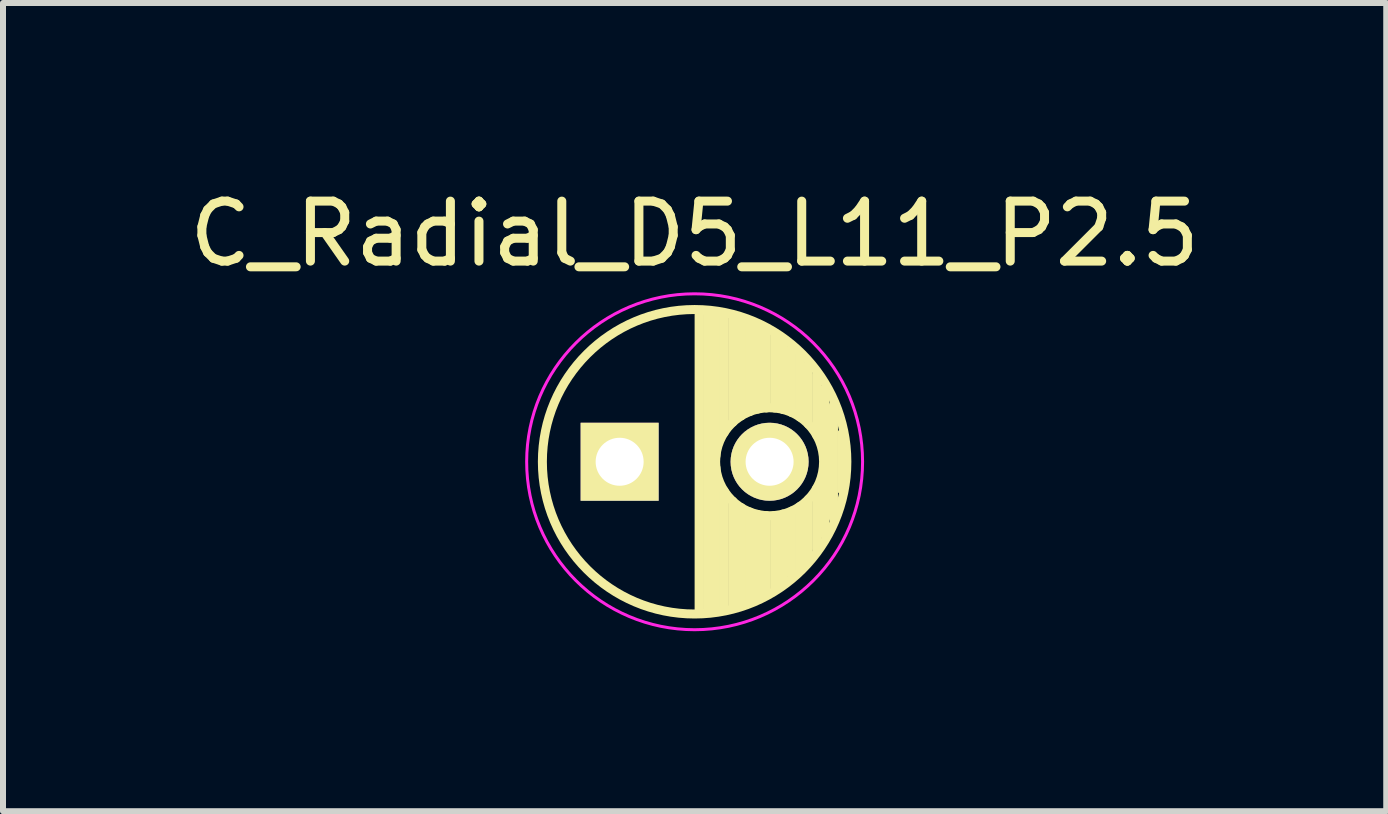
<source format=kicad_pcb>
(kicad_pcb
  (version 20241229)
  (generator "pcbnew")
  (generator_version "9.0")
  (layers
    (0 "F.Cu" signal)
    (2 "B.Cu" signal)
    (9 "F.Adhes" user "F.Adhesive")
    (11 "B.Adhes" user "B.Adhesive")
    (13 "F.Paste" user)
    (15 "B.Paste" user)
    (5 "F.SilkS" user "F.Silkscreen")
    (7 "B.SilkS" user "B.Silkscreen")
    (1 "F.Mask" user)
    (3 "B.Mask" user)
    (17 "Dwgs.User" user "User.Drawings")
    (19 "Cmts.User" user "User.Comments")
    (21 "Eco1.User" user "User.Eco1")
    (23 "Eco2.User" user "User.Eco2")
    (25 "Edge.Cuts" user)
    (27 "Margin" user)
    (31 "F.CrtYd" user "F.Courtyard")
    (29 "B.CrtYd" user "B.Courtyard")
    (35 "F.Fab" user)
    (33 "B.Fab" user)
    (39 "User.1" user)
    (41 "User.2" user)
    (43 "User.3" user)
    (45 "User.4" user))
  (footprint "C_Radial_D5_L11_P2.5"
    (layer "F.Cu")
    (at 7.28 4.648)
    (property "Reference" "C_Radial_D5_L11_P2.5" (at 1.25 -3.8 0) (layer "F.SilkS") (effects (font (size 1 1) (thickness 0.15))))
    (attr through_hole)
    (fp_line (start 1.325 -2.499) (end 1.325 2.499) (stroke (width 0.15) (type solid)) (layer "F.SilkS"))
    (fp_line (start 1.465 -2.491) (end 1.465 2.491) (stroke (width 0.15) (type solid)) (layer "F.SilkS"))
    (fp_line (start 1.605 -2.475) (end 1.605 -0.095) (stroke (width 0.15) (type solid)) (layer "F.SilkS"))
    (fp_line (start 1.605 0.095) (end 1.605 2.475) (stroke (width 0.15) (type solid)) (layer "F.SilkS"))
    (fp_line (start 1.745 -2.451) (end 1.745 -0.49) (stroke (width 0.15) (type solid)) (layer "F.SilkS"))
    (fp_line (start 1.745 0.49) (end 1.745 2.451) (stroke (width 0.15) (type solid)) (layer "F.SilkS"))
    (fp_line (start 1.885 -2.418) (end 1.885 -0.657) (stroke (width 0.15) (type solid)) (layer "F.SilkS"))
    (fp_line (start 1.885 0.657) (end 1.885 2.418) (stroke (width 0.15) (type solid)) (layer "F.SilkS"))
    (fp_line (start 2.025 -2.377) (end 2.025 -0.764) (stroke (width 0.15) (type solid)) (layer "F.SilkS"))
    (fp_line (start 2.025 0.764) (end 2.025 2.377) (stroke (width 0.15) (type solid)) (layer "F.SilkS"))
    (fp_line (start 2.165 -2.327) (end 2.165 -0.835) (stroke (width 0.15) (type solid)) (layer "F.SilkS"))
    (fp_line (start 2.165 0.835) (end 2.165 2.327) (stroke (width 0.15) (type solid)) (layer "F.SilkS"))
    (fp_line (start 2.305 -2.266) (end 2.305 -0.879) (stroke (width 0.15) (type solid)) (layer "F.SilkS"))
    (fp_line (start 2.305 0.879) (end 2.305 2.266) (stroke (width 0.15) (type solid)) (layer "F.SilkS"))
    (fp_line (start 2.445 -2.196) (end 2.445 -0.898) (stroke (width 0.15) (type solid)) (layer "F.SilkS"))
    (fp_line (start 2.445 0.898) (end 2.445 2.196) (stroke (width 0.15) (type solid)) (layer "F.SilkS"))
    (fp_line (start 2.585 -2.114) (end 2.585 -0.896) (stroke (width 0.15) (type solid)) (layer "F.SilkS"))
    (fp_line (start 2.585 0.896) (end 2.585 2.114) (stroke (width 0.15) (type solid)) (layer "F.SilkS"))
    (fp_line (start 2.725 -2.019) (end 2.725 -0.871) (stroke (width 0.15) (type solid)) (layer "F.SilkS"))
    (fp_line (start 2.725 0.871) (end 2.725 2.019) (stroke (width 0.15) (type solid)) (layer "F.SilkS"))
    (fp_line (start 2.865 -1.908) (end 2.865 -0.823) (stroke (width 0.15) (type solid)) (layer "F.SilkS"))
    (fp_line (start 2.865 0.823) (end 2.865 1.908) (stroke (width 0.15) (type solid)) (layer "F.SilkS"))
    (fp_line (start 3.005 -1.78) (end 3.005 -0.745) (stroke (width 0.15) (type solid)) (layer "F.SilkS"))
    (fp_line (start 3.005 0.745) (end 3.005 1.78) (stroke (width 0.15) (type solid)) (layer "F.SilkS"))
    (fp_line (start 3.145 -1.631) (end 3.145 -0.628) (stroke (width 0.15) (type solid)) (layer "F.SilkS"))
    (fp_line (start 3.145 0.628) (end 3.145 1.631) (stroke (width 0.15) (type solid)) (layer "F.SilkS"))
    (fp_line (start 3.285 -1.452) (end 3.285 -0.44) (stroke (width 0.15) (type solid)) (layer "F.SilkS"))
    (fp_line (start 3.285 0.44) (end 3.285 1.452) (stroke (width 0.15) (type solid)) (layer "F.SilkS"))
    (fp_line (start 3.425 -1.233) (end 3.425 1.233) (stroke (width 0.15) (type solid)) (layer "F.SilkS"))
    (fp_line (start 3.565 -0.944) (end 3.565 0.944) (stroke (width 0.15) (type solid)) (layer "F.SilkS"))
    (fp_line (start 3.705 -0.472) (end 3.705 0.472) (stroke (width 0.15) (type solid)) (layer "F.SilkS"))
    (fp_circle (center 1.25 0) (end 1.25 -2.538) (stroke (width 0.15) (type solid)) (fill no) (layer "F.SilkS"))
    (fp_circle (center 2.5 0) (end 2.5 -0.9) (stroke (width 0.15) (type solid)) (fill no) (layer "F.SilkS"))
    (fp_circle (center 1.25 0) (end 1.25 -2.8) (stroke (width 0.05) (type solid)) (fill no) (layer "F.CrtYd"))
    (pad "1" thru_hole rect (at 0 0) (size 1.3 1.3) (drill 0.8) (layers "*.Cu" "*.Mask" "F.SilkS"))
    (pad "2" thru_hole circle (at 2.5 0) (size 1.3 1.3) (drill 0.8) (layers "*.Cu" "*.Mask" "F.SilkS")))
  (gr_rect
    (start -3 -3)
    (end 20.06 10.473)
    (stroke (width 0.1) (type default))
    (fill no)
    (layer "Edge.Cuts")))
</source>
